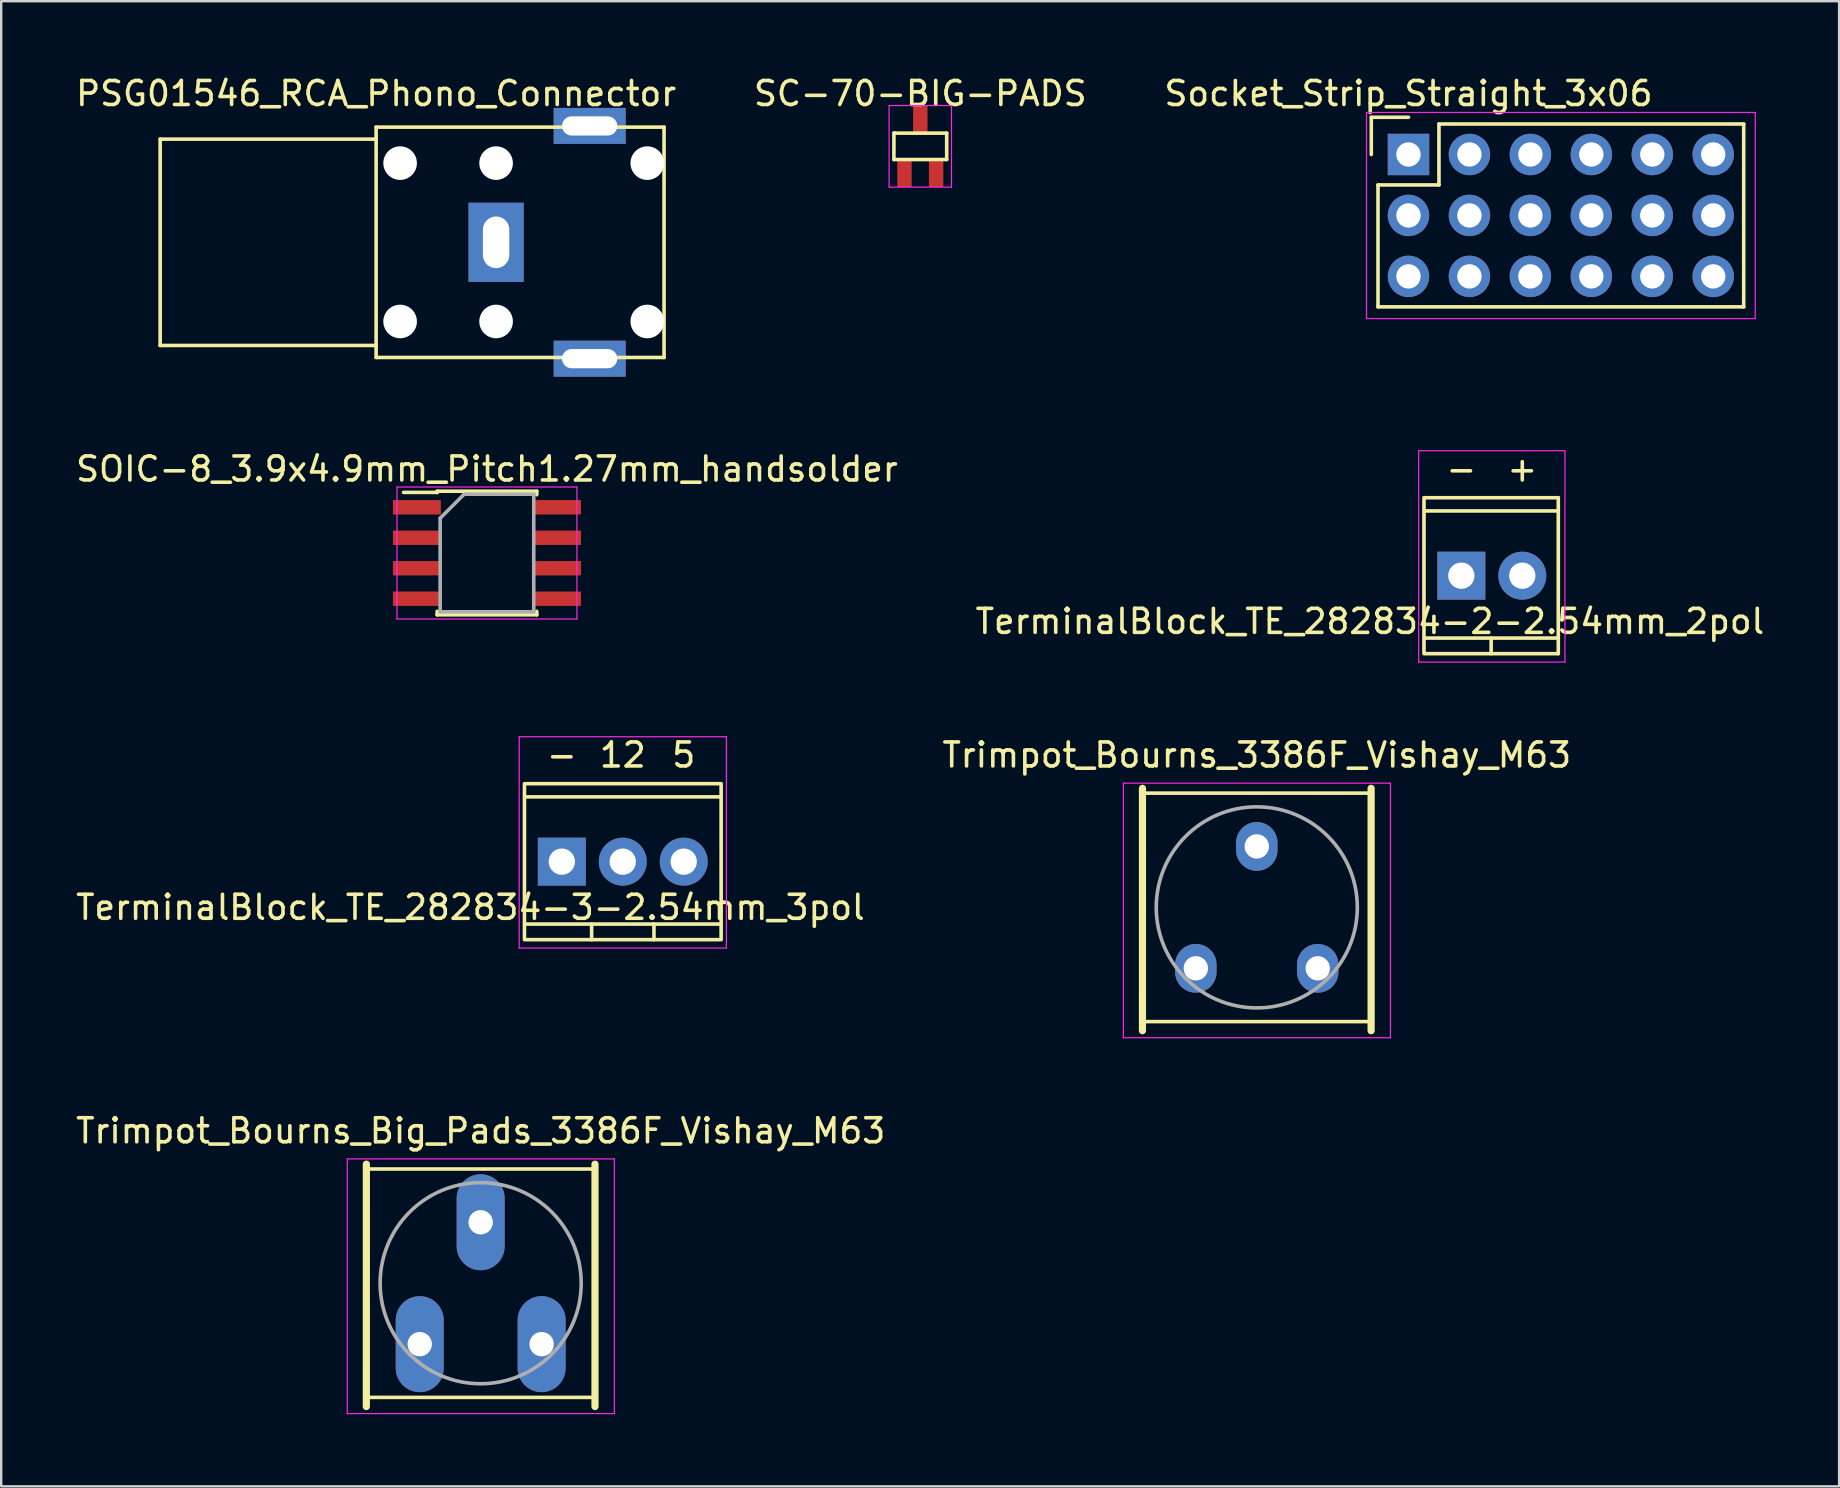
<source format=kicad_pcb>
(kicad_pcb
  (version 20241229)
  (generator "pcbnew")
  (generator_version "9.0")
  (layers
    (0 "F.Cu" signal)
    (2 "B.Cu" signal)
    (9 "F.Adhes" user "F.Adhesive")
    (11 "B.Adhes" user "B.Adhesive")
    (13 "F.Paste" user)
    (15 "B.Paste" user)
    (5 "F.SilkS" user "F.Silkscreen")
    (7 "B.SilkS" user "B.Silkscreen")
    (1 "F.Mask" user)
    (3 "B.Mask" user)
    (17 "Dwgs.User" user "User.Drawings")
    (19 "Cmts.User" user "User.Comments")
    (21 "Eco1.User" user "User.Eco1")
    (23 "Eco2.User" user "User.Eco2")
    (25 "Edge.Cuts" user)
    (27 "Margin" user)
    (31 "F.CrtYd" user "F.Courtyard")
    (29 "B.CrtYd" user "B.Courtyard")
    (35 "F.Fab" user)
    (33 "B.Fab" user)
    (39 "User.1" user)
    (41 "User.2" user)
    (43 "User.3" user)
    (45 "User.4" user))
  (footprint "PSG01546_RCA_Phono_Connector"
    (layer "F.Cu")
    (at 12.625 7.048)
    (property "Reference" "PSG01546_RCA_Phono_Connector" (at 0 -6.2 0) (layer "F.SilkS") (effects (font (size 1 1) (thickness 0.15))))
    (attr through_hole)
    (fp_line (start -9 -4.3) (end -9 4.3) (stroke (width 0.15) (type solid)) (layer "F.SilkS"))
    (fp_line (start -9 4.3) (end 0 4.3) (stroke (width 0.15) (type solid)) (layer "F.SilkS"))
    (fp_line (start 0 -4.8) (end 0 4.8) (stroke (width 0.15) (type solid)) (layer "F.SilkS"))
    (fp_line (start 0 -4.3) (end -9 -4.3) (stroke (width 0.15) (type solid)) (layer "F.SilkS"))
    (fp_line (start 0 4.8) (end 12 4.8) (stroke (width 0.15) (type solid)) (layer "F.SilkS"))
    (fp_line (start 12 -4.8) (end 0 -4.8) (stroke (width 0.15) (type solid)) (layer "F.SilkS"))
    (fp_line (start 12 4.8) (end 12 -4.8) (stroke (width 0.15) (type solid)) (layer "F.SilkS"))
    (pad "" np_thru_hole circle (at 1 -3.3) (size 1.4 1.4) (drill 1.4) (layers "*.Cu" "*.Mask"))
    (pad "" np_thru_hole circle (at 1 3.3) (size 1.4 1.4) (drill 1.4) (layers "*.Cu" "*.Mask"))
    (pad "" np_thru_hole circle (at 5 -3.3) (size 1.4 1.4) (drill 1.4) (layers "*.Cu" "*.Mask"))
    (pad "" np_thru_hole circle (at 5 3.3) (size 1.4 1.4) (drill 1.4) (layers "*.Cu" "*.Mask"))
    (pad "" np_thru_hole circle (at 11.3 -3.3) (size 1.4 1.4) (drill 1.4) (layers "*.Cu" "*.Mask"))
    (pad "" np_thru_hole circle (at 11.3 3.3) (size 1.4 1.4) (drill 1.4) (layers "*.Cu" "*.Mask"))
    (pad "1" thru_hole rect (at 5 0) (size 2.3 3.3) (drill oval 1.1 2.15) (layers "*.Cu" "*.Mask"))
    (pad "2" thru_hole rect (at 8.9 4.85) (size 3 1.5) (drill oval 2.3 0.8) (layers "*.Cu" "*.Mask"))
    (pad "3" thru_hole rect (at 8.9 -4.85) (size 3 1.5) (drill oval 2.3 0.8) (layers "*.Cu" "*.Mask")))
  (footprint "Socket_Strip_Straight_3x06"
    (layer "F.Cu")
    (at 55.649 3.388)
    (property "Reference" "Socket_Strip_Straight_3x06" (at 0 -2.54 0) (layer "F.SilkS") (effects (font (size 1 1) (thickness 0.15))))
    (attr through_hole)
    (fp_line (start -1.55 -1.55) (end -1.55 0) (stroke (width 0.15) (type solid)) (layer "F.SilkS"))
    (fp_line (start -1.27 1.27) (end -1.27 6.35) (stroke (width 0.15) (type solid)) (layer "F.SilkS"))
    (fp_line (start -1.27 1.27) (end 1.27 1.27) (stroke (width 0.15) (type solid)) (layer "F.SilkS"))
    (fp_line (start 0 -1.55) (end -1.55 -1.55) (stroke (width 0.15) (type solid)) (layer "F.SilkS"))
    (fp_line (start 1.27 -1.27) (end 13.97 -1.27) (stroke (width 0.15) (type solid)) (layer "F.SilkS"))
    (fp_line (start 1.27 1.27) (end 1.27 -1.27) (stroke (width 0.15) (type solid)) (layer "F.SilkS"))
    (fp_line (start 13.97 -1.27) (end 13.97 6.35) (stroke (width 0.15) (type solid)) (layer "F.SilkS"))
    (fp_line (start 13.97 6.35) (end -1.27 6.35) (stroke (width 0.15) (type solid)) (layer "F.SilkS"))
    (fp_line (start -1.75 -1.75) (end -1.75 6.84) (stroke (width 0.05) (type solid)) (layer "F.CrtYd"))
    (fp_line (start -1.75 -1.75) (end 14.45 -1.75) (stroke (width 0.05) (type solid)) (layer "F.CrtYd"))
    (fp_line (start -1.75 6.84) (end 14.45 6.84) (stroke (width 0.05) (type solid)) (layer "F.CrtYd"))
    (fp_line (start 14.45 -1.75) (end 14.45 6.84) (stroke (width 0.05) (type solid)) (layer "F.CrtYd"))
    (pad "1" thru_hole rect (at 0 0) (size 1.727 1.727) (drill 1.016) (layers "*.Cu" "*.Mask"))
    (pad "2" thru_hole oval (at 0 2.54) (size 1.727 1.727) (drill 1.016) (layers "*.Cu" "*.Mask"))
    (pad "3" thru_hole oval (at 0 5.08) (size 1.727 1.727) (drill 1.016) (layers "*.Cu" "*.Mask"))
    (pad "4" thru_hole oval (at 2.54 0) (size 1.727 1.727) (drill 1.016) (layers "*.Cu" "*.Mask"))
    (pad "5" thru_hole oval (at 2.54 2.54) (size 1.727 1.727) (drill 1.016) (layers "*.Cu" "*.Mask"))
    (pad "6" thru_hole oval (at 2.54 5.08) (size 1.727 1.727) (drill 1.016) (layers "*.Cu" "*.Mask"))
    (pad "7" thru_hole oval (at 5.08 0) (size 1.727 1.727) (drill 1.016) (layers "*.Cu" "*.Mask"))
    (pad "8" thru_hole oval (at 5.08 2.54) (size 1.727 1.727) (drill 1.016) (layers "*.Cu" "*.Mask"))
    (pad "9" thru_hole oval (at 5.08 5.08) (size 1.727 1.727) (drill 1.016) (layers "*.Cu" "*.Mask"))
    (pad "10" thru_hole oval (at 7.62 0) (size 1.727 1.727) (drill 1.016) (layers "*.Cu" "*.Mask"))
    (pad "11" thru_hole oval (at 7.62 2.54) (size 1.727 1.727) (drill 1.016) (layers "*.Cu" "*.Mask"))
    (pad "12" thru_hole oval (at 7.62 5.08) (size 1.727 1.727) (drill 1.016) (layers "*.Cu" "*.Mask"))
    (pad "13" thru_hole oval (at 10.16 0) (size 1.727 1.727) (drill 1.016) (layers "*.Cu" "*.Mask"))
    (pad "14" thru_hole oval (at 10.16 2.54) (size 1.727 1.727) (drill 1.016) (layers "*.Cu" "*.Mask"))
    (pad "15" thru_hole oval (at 10.16 5.08) (size 1.727 1.727) (drill 1.016) (layers "*.Cu" "*.Mask"))
    (pad "16" thru_hole oval (at 12.7 0) (size 1.727 1.727) (drill 1.016) (layers "*.Cu" "*.Mask"))
    (pad "17" thru_hole oval (at 12.7 2.54) (size 1.727 1.727) (drill 1.016) (layers "*.Cu" "*.Mask"))
    (pad "18" thru_hole oval (at 12.7 5.08) (size 1.727 1.727) (drill 1.016) (layers "*.Cu" "*.Mask")))
  (footprint "Trimpot_Bourns_Big_Pads_3386F_Vishay_M63"
    (layer "F.Cu")
    (at 14.442 52.968)
    (property "Reference" "Trimpot_Bourns_Big_Pads_3386F_Vishay_M63" (at 2.54 -8.89 0) (layer "F.SilkS") (effects (font (size 1 1) (thickness 0.15))))
    (attr through_hole)
    (fp_line (start -2.224 -7.5) (end -2.225 2.6) (stroke (width 0.3) (type solid)) (layer "F.SilkS"))
    (fp_line (start -2.224 -7.3) (end 7.305 -7.3) (stroke (width 0.15) (type solid)) (layer "F.SilkS"))
    (fp_line (start -2.224 2.22) (end 7.305 2.22) (stroke (width 0.15) (type solid)) (layer "F.SilkS"))
    (fp_line (start 7.305 -7.5) (end 7.305 2.6) (stroke (width 0.3) (type solid)) (layer "F.SilkS"))
    (fp_line (start -3.02 -7.719) (end -3.02 2.9) (stroke (width 0.05) (type solid)) (layer "F.CrtYd"))
    (fp_line (start -3.02 -7.719) (end 8.11 -7.719) (stroke (width 0.05) (type solid)) (layer "F.CrtYd"))
    (fp_line (start -3.02 2.893) (end 8.11 2.893) (stroke (width 0.05) (type solid)) (layer "F.CrtYd"))
    (fp_line (start 8.11 -7.719) (end 8.11 2.9) (stroke (width 0.05) (type solid)) (layer "F.CrtYd"))
    (fp_circle (center 2.54 -2.54) (end 2.54 1.65) (stroke (width 0.15) (type solid)) (fill no) (layer "F.Fab"))
    (pad "1" thru_hole oval (at 5.08 0) (size 2 4) (drill 1.016) (layers "*.Cu" "*.Mask"))
    (pad "2" thru_hole oval (at 2.54 -5.08) (size 2 4) (drill 1.016) (layers "*.Cu" "*.Mask"))
    (pad "3" thru_hole oval (at 0 0) (size 2 4) (drill 1.016) (layers "*.Cu" "*.Mask")))
  (footprint "SC-70-BIG-PADS"
    (layer "F.Cu")
    (at 35.304 3.048)
    (property "Reference" "SC-70-BIG-PADS" (at 0 -2.2 0) (layer "F.SilkS") (effects (font (size 1 1) (thickness 0.15))))
    (attr smd)
    (fp_line (start -1.1 -0.55) (end -1.1 0.55) (stroke (width 0.15) (type solid)) (layer "F.SilkS"))
    (fp_line (start -1.1 0.55) (end 1.1 0.55) (stroke (width 0.15) (type solid)) (layer "F.SilkS"))
    (fp_line (start -1.05 -0.55) (end -1.1 -0.55) (stroke (width 0.15) (type solid)) (layer "F.SilkS"))
    (fp_line (start 1.1 -0.55) (end -1.05 -0.55) (stroke (width 0.15) (type solid)) (layer "F.SilkS"))
    (fp_line (start 1.1 0.55) (end 1.1 -0.55) (stroke (width 0.15) (type solid)) (layer "F.SilkS"))
    (fp_line (start -1.3 -1.7) (end 1.3 -1.7) (stroke (width 0.05) (type solid)) (layer "F.CrtYd"))
    (fp_line (start -1.3 1.7) (end -1.3 -1.7) (stroke (width 0.05) (type solid)) (layer "F.CrtYd"))
    (fp_line (start 1.3 -1.7) (end 1.3 1.7) (stroke (width 0.05) (type solid)) (layer "F.CrtYd"))
    (fp_line (start 1.3 1.7) (end -1.3 1.7) (stroke (width 0.05) (type solid)) (layer "F.CrtYd"))
    (pad "1" smd rect (at -0.66 1.1) (size 0.6 1.2) (layers "F.Cu" "F.Mask" "F.Paste"))
    (pad "2" smd rect (at 0.66 1.1) (size 0.6 1.2) (layers "F.Cu" "F.Mask" "F.Paste"))
    (pad "3" smd rect (at 0 -1.1) (size 0.6 1.2) (layers "F.Cu" "F.Mask" "F.Paste")))
  (footprint "TerminalBlock_TE_282834-2-2.54mm_2pol"
    (layer "F.Cu")
    (at 57.852 20.942)
    (property "Reference" "TerminalBlock_TE_282834-2-2.54mm_2pol" (at -3.81 1.905 0) (layer "F.SilkS") (effects (font (size 1 1) (thickness 0.15))))
    (attr through_hole)
    (fp_line (start -1.557 -3.25) (end -1.557 3.25) (stroke (width 0.15) (type solid)) (layer "F.SilkS"))
    (fp_line (start -1.5 3.25) (end 4.04 3.25) (stroke (width 0.15) (type solid)) (layer "F.SilkS"))
    (fp_line (start 1.242 3.25) (end 1.242 2.601) (stroke (width 0.15) (type solid)) (layer "F.SilkS"))
    (fp_line (start 4.04 -3.25) (end -1.5 -3.25) (stroke (width 0.15) (type solid)) (layer "F.SilkS"))
    (fp_line (start 4.04 -2.7) (end -1.5 -2.7) (stroke (width 0.15) (type solid)) (layer "F.SilkS"))
    (fp_line (start 4.04 2.601) (end -1.5 2.601) (stroke (width 0.15) (type solid)) (layer "F.SilkS"))
    (fp_line (start 4.04 3.25) (end 4.04 -3.25) (stroke (width 0.15) (type solid)) (layer "F.SilkS"))
    (fp_line (start -1.778 -5.207) (end -1.778 3.6) (stroke (width 0.05) (type solid)) (layer "F.CrtYd"))
    (fp_line (start -1.778 3.6) (end 4.318 3.6) (stroke (width 0.05) (type solid)) (layer "F.CrtYd"))
    (fp_line (start 4.318 -5.207) (end -1.778 -5.207) (stroke (width 0.05) (type solid)) (layer "F.CrtYd"))
    (fp_line (start 4.318 3.6) (end 4.318 -5.207) (stroke (width 0.05) (type solid)) (layer "F.CrtYd"))
    (fp_text user "-" (at 0 -4.445 0) (layer "F.SilkS") (effects (font (size 1 1) (thickness 0.15))))
    (fp_text user "+" (at 2.54 -4.445 0) (layer "F.SilkS") (effects (font (size 1 1) (thickness 0.15))))
    (pad "1" thru_hole rect (at 0 0) (size 1.999 1.999) (drill 1.097) (layers "*.Cu" "*.Mask"))
    (pad "2" thru_hole oval (at 2.54 0) (size 1.999 1.999) (drill 1.097) (layers "*.Cu" "*.Mask")))
  (footprint "TerminalBlock_TE_282834-3-2.54mm_3pol"
    (layer "F.Cu")
    (at 20.364 32.86)
    (property "Reference" "TerminalBlock_TE_282834-3-2.54mm_3pol" (at -3.81 1.905 0) (layer "F.SilkS") (effects (font (size 1 1) (thickness 0.15))))
    (attr through_hole)
    (fp_line (start -1.557 -3.25) (end -1.557 3.25) (stroke (width 0.15) (type solid)) (layer "F.SilkS"))
    (fp_line (start -1.5 3.25) (end 6.58 3.25) (stroke (width 0.15) (type solid)) (layer "F.SilkS"))
    (fp_line (start 1.242 3.25) (end 1.242 2.601) (stroke (width 0.15) (type solid)) (layer "F.SilkS"))
    (fp_line (start 3.84 2.601) (end 3.84 3.25) (stroke (width 0.15) (type solid)) (layer "F.SilkS"))
    (fp_line (start 6.58 -3.25) (end -1.5 -3.25) (stroke (width 0.15) (type solid)) (layer "F.SilkS"))
    (fp_line (start 6.58 -2.7) (end -1.5 -2.7) (stroke (width 0.15) (type solid)) (layer "F.SilkS"))
    (fp_line (start 6.58 2.601) (end -1.5 2.601) (stroke (width 0.15) (type solid)) (layer "F.SilkS"))
    (fp_line (start 6.64 3.25) (end 6.64 -3.25) (stroke (width 0.15) (type solid)) (layer "F.SilkS"))
    (fp_line (start -1.778 -5.207) (end -1.778 3.6) (stroke (width 0.05) (type solid)) (layer "F.CrtYd"))
    (fp_line (start -1.778 3.6) (end 6.858 3.6) (stroke (width 0.05) (type solid)) (layer "F.CrtYd"))
    (fp_line (start 6.858 -5.207) (end -1.778 -5.207) (stroke (width 0.05) (type solid)) (layer "F.CrtYd"))
    (fp_line (start 6.858 3.6) (end 6.858 -5.207) (stroke (width 0.05) (type solid)) (layer "F.CrtYd"))
    (fp_text user "12" (at 2.54 -4.445 0) (layer "F.SilkS") (effects (font (size 1 1) (thickness 0.15))))
    (fp_text user "5" (at 5.08 -4.445 0) (layer "F.SilkS") (effects (font (size 1 1) (thickness 0.15))))
    (fp_text user "-" (at 0 -4.445 0) (layer "F.SilkS") (effects (font (size 1 1) (thickness 0.15))))
    (pad "1" thru_hole rect (at 0 0) (size 1.999 1.999) (drill 1.097) (layers "*.Cu" "*.Mask"))
    (pad "2" thru_hole oval (at 2.54 0) (size 1.999 1.999) (drill 1.097) (layers "*.Cu" "*.Mask"))
    (pad "3" thru_hole oval (at 5.08 0) (size 1.999 1.999) (drill 1.097) (layers "*.Cu" "*.Mask")))
  (footprint "Trimpot_Bourns_3386F_Vishay_M63"
    (layer "F.Cu")
    (at 46.787 37.305)
    (property "Reference" "Trimpot_Bourns_3386F_Vishay_M63" (at 2.54 -8.89 0) (layer "F.SilkS") (effects (font (size 1 1) (thickness 0.15))))
    (attr through_hole)
    (fp_line (start -2.224 -7.5) (end -2.225 2.6) (stroke (width 0.3) (type solid)) (layer "F.SilkS"))
    (fp_line (start -2.224 -7.3) (end 7.305 -7.3) (stroke (width 0.15) (type solid)) (layer "F.SilkS"))
    (fp_line (start -2.224 2.22) (end 7.305 2.22) (stroke (width 0.15) (type solid)) (layer "F.SilkS"))
    (fp_line (start 7.305 -7.5) (end 7.305 2.6) (stroke (width 0.3) (type solid)) (layer "F.SilkS"))
    (fp_line (start -3.02 -7.719) (end -3.02 2.9) (stroke (width 0.05) (type solid)) (layer "F.CrtYd"))
    (fp_line (start -3.02 -7.719) (end 8.11 -7.719) (stroke (width 0.05) (type solid)) (layer "F.CrtYd"))
    (fp_line (start -3.02 2.893) (end 8.11 2.893) (stroke (width 0.05) (type solid)) (layer "F.CrtYd"))
    (fp_line (start 8.11 -7.719) (end 8.11 2.9) (stroke (width 0.05) (type solid)) (layer "F.CrtYd"))
    (fp_circle (center 2.54 -2.54) (end 2.54 1.65) (stroke (width 0.15) (type solid)) (fill no) (layer "F.Fab"))
    (pad "1" thru_hole oval (at 5.08 0) (size 1.727 2.032) (drill 1.016) (layers "*.Cu" "*.Mask"))
    (pad "2" thru_hole oval (at 2.54 -5.08) (size 1.727 2.032) (drill 1.016) (layers "*.Cu" "*.Mask"))
    (pad "3" thru_hole oval (at 0 0) (size 1.727 2.032) (drill 1.016) (layers "*.Cu" "*.Mask")))
  (footprint "SOIC-8_3.9x4.9mm_Pitch1.27mm_handsolder"
    (layer "F.Cu")
    (at 17.244 19.997)
    (property "Reference" "SOIC-8_3.9x4.9mm_Pitch1.27mm_handsolder" (at 0 -3.5 0) (layer "F.SilkS") (effects (font (size 1 1) (thickness 0.15))))
    (attr smd)
    (fp_line (start -2.075 -2.575) (end -2.075 -2.525) (stroke (width 0.15) (type solid)) (layer "F.SilkS"))
    (fp_line (start -2.075 -2.575) (end 2.075 -2.575) (stroke (width 0.15) (type solid)) (layer "F.SilkS"))
    (fp_line (start -2.075 -2.525) (end -3.475 -2.525) (stroke (width 0.15) (type solid)) (layer "F.SilkS"))
    (fp_line (start -2.075 2.575) (end -2.075 2.43) (stroke (width 0.15) (type solid)) (layer "F.SilkS"))
    (fp_line (start -2.075 2.575) (end 2.075 2.575) (stroke (width 0.15) (type solid)) (layer "F.SilkS"))
    (fp_line (start 2.075 -2.575) (end 2.075 -2.43) (stroke (width 0.15) (type solid)) (layer "F.SilkS"))
    (fp_line (start 2.075 2.575) (end 2.075 2.43) (stroke (width 0.15) (type solid)) (layer "F.SilkS"))
    (fp_line (start -3.75 -2.75) (end -3.75 2.75) (stroke (width 0.05) (type solid)) (layer "F.CrtYd"))
    (fp_line (start -3.75 -2.75) (end 3.75 -2.75) (stroke (width 0.05) (type solid)) (layer "F.CrtYd"))
    (fp_line (start -3.75 2.75) (end 3.75 2.75) (stroke (width 0.05) (type solid)) (layer "F.CrtYd"))
    (fp_line (start 3.75 -2.75) (end 3.75 2.75) (stroke (width 0.05) (type solid)) (layer "F.CrtYd"))
    (fp_line (start -1.95 -1.45) (end -0.95 -2.45) (stroke (width 0.15) (type solid)) (layer "F.Fab"))
    (fp_line (start -1.95 2.45) (end -1.95 -1.45) (stroke (width 0.15) (type solid)) (layer "F.Fab"))
    (fp_line (start -0.95 -2.45) (end 1.95 -2.45) (stroke (width 0.15) (type solid)) (layer "F.Fab"))
    (fp_line (start 1.95 -2.45) (end 1.95 2.45) (stroke (width 0.15) (type solid)) (layer "F.Fab"))
    (fp_line (start 1.95 2.45) (end -1.95 2.45) (stroke (width 0.15) (type solid)) (layer "F.Fab"))
    (pad "1" smd rect (at -2.921 -1.905) (size 2 0.6) (layers "F.Cu" "F.Mask" "F.Paste"))
    (pad "2" smd rect (at -2.921 -0.635) (size 2 0.6) (layers "F.Cu" "F.Mask" "F.Paste"))
    (pad "3" smd rect (at -2.921 0.635) (size 2 0.6) (layers "F.Cu" "F.Mask" "F.Paste"))
    (pad "4" smd rect (at -2.921 1.905) (size 2 0.6) (layers "F.Cu" "F.Mask" "F.Paste"))
    (pad "5" smd rect (at 2.921 1.905) (size 2 0.6) (layers "F.Cu" "F.Mask" "F.Paste"))
    (pad "6" smd rect (at 2.921 0.635) (size 2 0.6) (layers "F.Cu" "F.Mask" "F.Paste"))
    (pad "7" smd rect (at 2.921 -0.635) (size 2 0.6) (layers "F.Cu" "F.Mask" "F.Paste"))
    (pad "8" smd rect (at 2.921 -1.905) (size 2 0.6) (layers "F.Cu" "F.Mask" "F.Paste")))
  (gr_rect
    (start -3 -3)
    (end 73.595 58.893)
    (stroke (width 0.1) (type default))
    (fill no)
    (layer "Edge.Cuts")))
</source>
